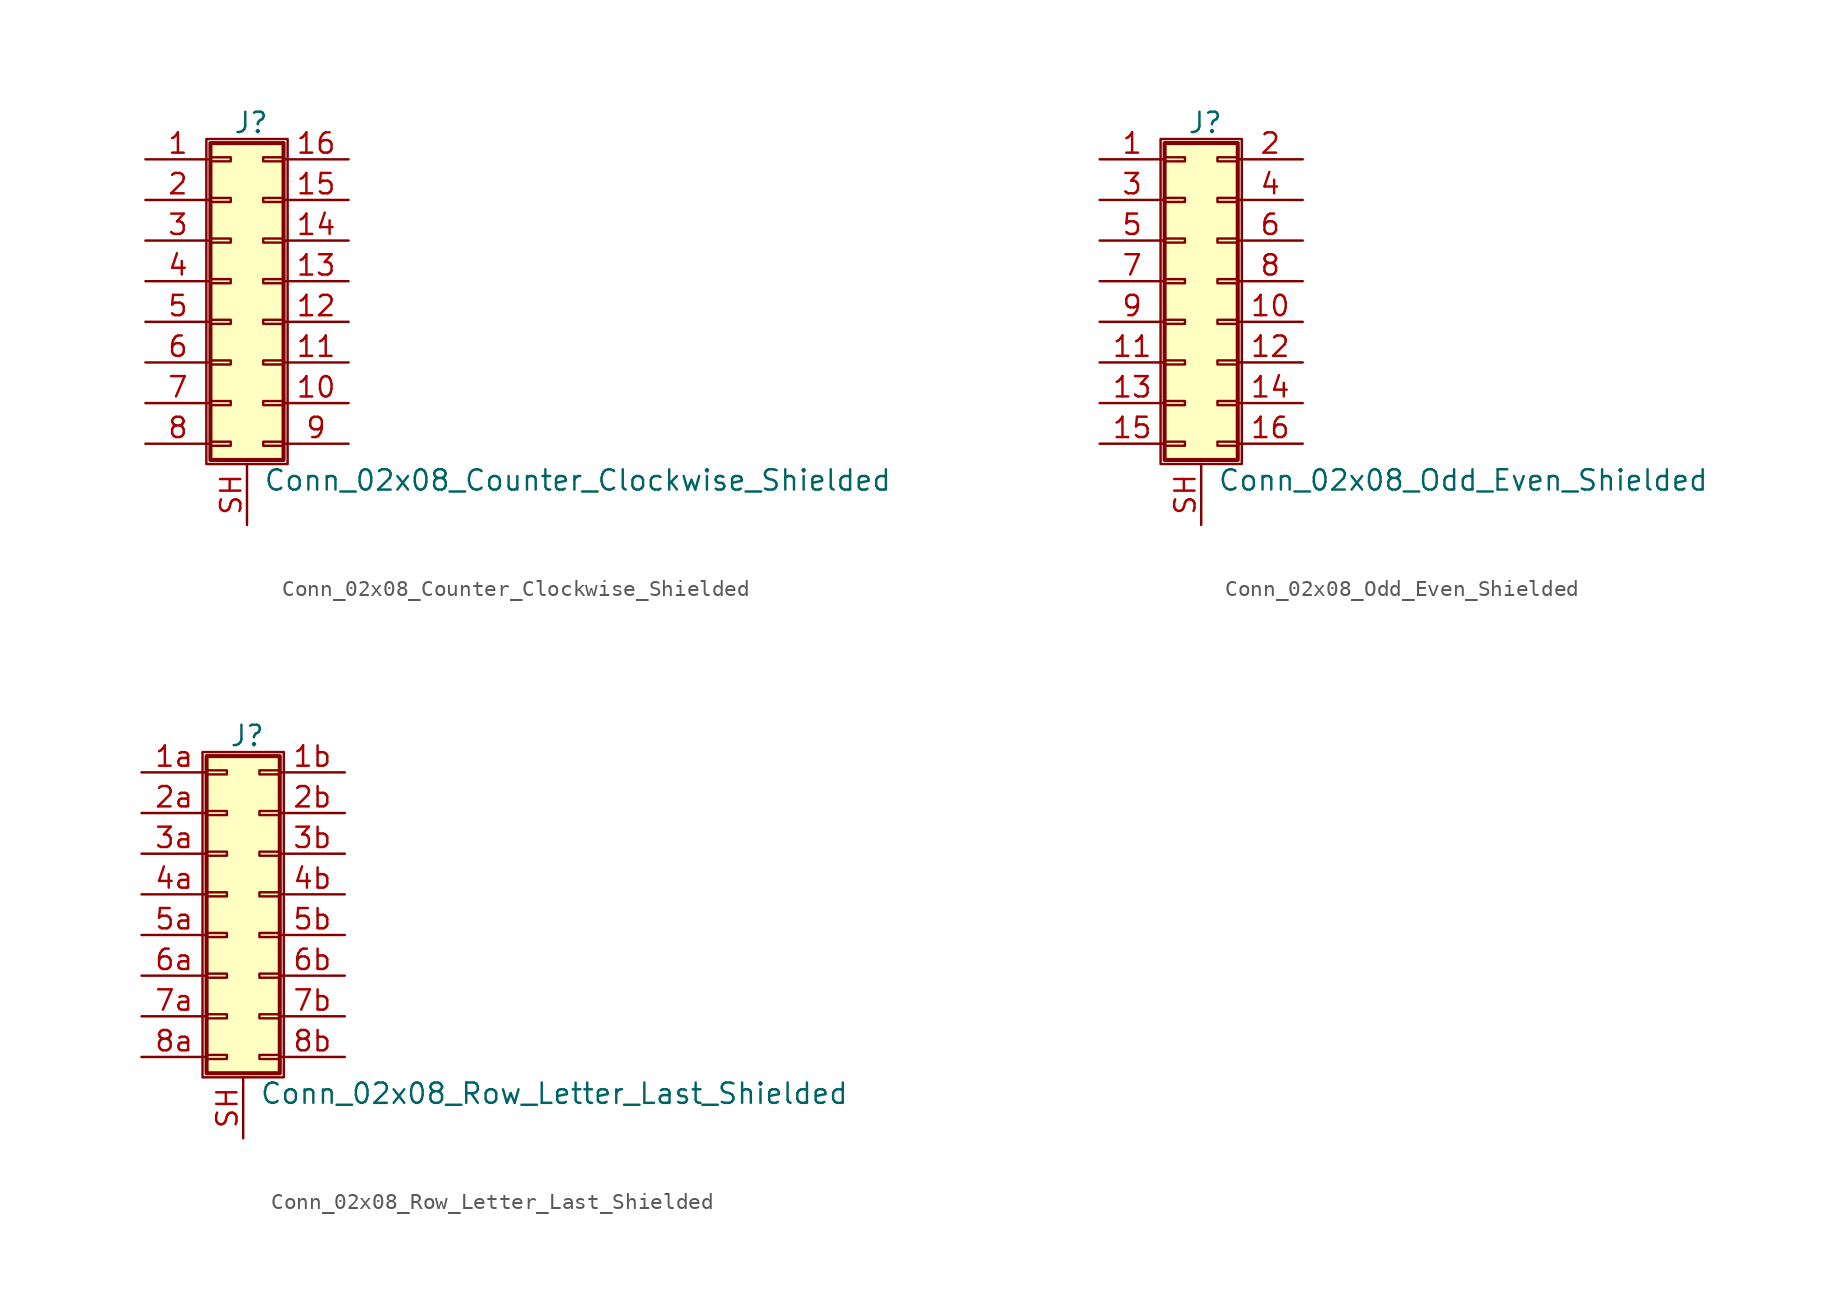
<source format=kicad_sym>
(kicad_symbol_lib
  (version 20201005)
  (generator kicad_symbol_editor)
  (symbol "Conn_02x08_Counter_Clockwise_Shielded"
    (pin_names
      (offset 1.016) hide)
    (property "Reference" "J"
      (at 1.524 9.906 0)
      (effects (font (size 1.27 1.27))))
    (property "Value" "Conn_02x08_Counter_Clockwise_Shielded"
      (at 2.286 -12.446 0)
      (effects (font (size 1.27 1.27)) (justify left)))
    (symbol "Conn_02x08_Counter_Clockwise_Shielded_1_1"
      (rectangle (start -1.27 8.89) (end 3.81 -11.43) (stroke (width 0.152)) (fill (type none)))
      (rectangle (start -1.016 -10.033) (end 0.254 -10.287) (stroke (width 0.152)) (fill (type none)))
      (rectangle (start -1.016 -7.493) (end 0.254 -7.747) (stroke (width 0.152)) (fill (type none)))
      (rectangle (start -1.016 -4.953) (end 0.254 -5.207) (stroke (width 0.152)) (fill (type none)))
      (rectangle (start -1.016 -2.413) (end 0.254 -2.667) (stroke (width 0.152)) (fill (type none)))
      (rectangle (start -1.016 0.127) (end 0.254 -0.127) (stroke (width 0.152)) (fill (type none)))
      (rectangle (start -1.016 2.667) (end 0.254 2.413) (stroke (width 0.152)) (fill (type none)))
      (rectangle (start -1.016 5.207) (end 0.254 4.953) (stroke (width 0.152)) (fill (type none)))
      (rectangle (start -1.016 7.747) (end 0.254 7.493) (stroke (width 0.152)) (fill (type none)))
      (rectangle (start -1.016 8.636) (end 3.556 -11.176) (stroke (width 0.254)) (fill (type background)))
      (rectangle (start 3.556 -10.033) (end 2.286 -10.287) (stroke (width 0.152)) (fill (type none)))
      (rectangle (start 3.556 -7.493) (end 2.286 -7.747) (stroke (width 0.152)) (fill (type none)))
      (rectangle (start 3.556 -4.953) (end 2.286 -5.207) (stroke (width 0.152)) (fill (type none)))
      (rectangle (start 3.556 -2.413) (end 2.286 -2.667) (stroke (width 0.152)) (fill (type none)))
      (rectangle (start 3.556 0.127) (end 2.286 -0.127) (stroke (width 0.152)) (fill (type none)))
      (rectangle (start 3.556 2.667) (end 2.286 2.413) (stroke (width 0.152)) (fill (type none)))
      (rectangle (start 3.556 5.207) (end 2.286 4.953) (stroke (width 0.152)) (fill (type none)))
      (rectangle (start 3.556 7.747) (end 2.286 7.493) (stroke (width 0.152)) (fill (type none)))
      (pin passive line (at -5.08 7.62 0) (length 4.064) (name "Pin_1" (effects (font (size 1.27 1.27)))) (number "1" (effects (font (size 1.27 1.27)))))
      (pin passive line (at 7.62 -7.62 180) (length 4.064) (name "Pin_10" (effects (font (size 1.27 1.27)))) (number "10" (effects (font (size 1.27 1.27)))))
      (pin passive line (at 7.62 -5.08 180) (length 4.064) (name "Pin_11" (effects (font (size 1.27 1.27)))) (number "11" (effects (font (size 1.27 1.27)))))
      (pin passive line (at 7.62 -2.54 180) (length 4.064) (name "Pin_12" (effects (font (size 1.27 1.27)))) (number "12" (effects (font (size 1.27 1.27)))))
      (pin passive line (at 7.62 0 180) (length 4.064) (name "Pin_13" (effects (font (size 1.27 1.27)))) (number "13" (effects (font (size 1.27 1.27)))))
      (pin passive line (at 7.62 2.54 180) (length 4.064) (name "Pin_14" (effects (font (size 1.27 1.27)))) (number "14" (effects (font (size 1.27 1.27)))))
      (pin passive line (at 7.62 5.08 180) (length 4.064) (name "Pin_15" (effects (font (size 1.27 1.27)))) (number "15" (effects (font (size 1.27 1.27)))))
      (pin passive line (at 7.62 7.62 180) (length 4.064) (name "Pin_16" (effects (font (size 1.27 1.27)))) (number "16" (effects (font (size 1.27 1.27)))))
      (pin passive line (at -5.08 5.08 0) (length 4.064) (name "Pin_2" (effects (font (size 1.27 1.27)))) (number "2" (effects (font (size 1.27 1.27)))))
      (pin passive line (at -5.08 2.54 0) (length 4.064) (name "Pin_3" (effects (font (size 1.27 1.27)))) (number "3" (effects (font (size 1.27 1.27)))))
      (pin passive line (at -5.08 0 0) (length 4.064) (name "Pin_4" (effects (font (size 1.27 1.27)))) (number "4" (effects (font (size 1.27 1.27)))))
      (pin passive line (at -5.08 -2.54 0) (length 4.064) (name "Pin_5" (effects (font (size 1.27 1.27)))) (number "5" (effects (font (size 1.27 1.27)))))
      (pin passive line (at -5.08 -5.08 0) (length 4.064) (name "Pin_6" (effects (font (size 1.27 1.27)))) (number "6" (effects (font (size 1.27 1.27)))))
      (pin passive line (at -5.08 -7.62 0) (length 4.064) (name "Pin_7" (effects (font (size 1.27 1.27)))) (number "7" (effects (font (size 1.27 1.27)))))
      (pin passive line (at -5.08 -10.16 0) (length 4.064) (name "Pin_8" (effects (font (size 1.27 1.27)))) (number "8" (effects (font (size 1.27 1.27)))))
      (pin passive line (at 7.62 -10.16 180) (length 4.064) (name "Pin_9" (effects (font (size 1.27 1.27)))) (number "9" (effects (font (size 1.27 1.27)))))
      (pin passive line (at 1.27 -15.24 90) (length 3.81) (name "Shield" (effects (font (size 1.27 1.27)))) (number "SH" (effects (font (size 1.27 1.27)))))))
  (symbol "Conn_02x08_Odd_Even_Shielded"
    (pin_names
      (offset 1.016) hide)
    (property "Reference" "J"
      (at 1.524 9.906 0)
      (effects (font (size 1.27 1.27))))
    (property "Value" "Conn_02x08_Odd_Even_Shielded"
      (at 2.286 -12.446 0)
      (effects (font (size 1.27 1.27)) (justify left)))
    (symbol "Conn_02x08_Odd_Even_Shielded_1_1"
      (rectangle (start -1.27 8.89) (end 3.81 -11.43) (stroke (width 0.152)) (fill (type none)))
      (rectangle (start -1.016 -10.033) (end 0.254 -10.287) (stroke (width 0.152)) (fill (type none)))
      (rectangle (start -1.016 -7.493) (end 0.254 -7.747) (stroke (width 0.152)) (fill (type none)))
      (rectangle (start -1.016 -4.953) (end 0.254 -5.207) (stroke (width 0.152)) (fill (type none)))
      (rectangle (start -1.016 -2.413) (end 0.254 -2.667) (stroke (width 0.152)) (fill (type none)))
      (rectangle (start -1.016 0.127) (end 0.254 -0.127) (stroke (width 0.152)) (fill (type none)))
      (rectangle (start -1.016 2.667) (end 0.254 2.413) (stroke (width 0.152)) (fill (type none)))
      (rectangle (start -1.016 5.207) (end 0.254 4.953) (stroke (width 0.152)) (fill (type none)))
      (rectangle (start -1.016 7.747) (end 0.254 7.493) (stroke (width 0.152)) (fill (type none)))
      (rectangle (start -1.016 8.636) (end 3.556 -11.176) (stroke (width 0.254)) (fill (type background)))
      (rectangle (start 3.556 -10.033) (end 2.286 -10.287) (stroke (width 0.152)) (fill (type none)))
      (rectangle (start 3.556 -7.493) (end 2.286 -7.747) (stroke (width 0.152)) (fill (type none)))
      (rectangle (start 3.556 -4.953) (end 2.286 -5.207) (stroke (width 0.152)) (fill (type none)))
      (rectangle (start 3.556 -2.413) (end 2.286 -2.667) (stroke (width 0.152)) (fill (type none)))
      (rectangle (start 3.556 0.127) (end 2.286 -0.127) (stroke (width 0.152)) (fill (type none)))
      (rectangle (start 3.556 2.667) (end 2.286 2.413) (stroke (width 0.152)) (fill (type none)))
      (rectangle (start 3.556 5.207) (end 2.286 4.953) (stroke (width 0.152)) (fill (type none)))
      (rectangle (start 3.556 7.747) (end 2.286 7.493) (stroke (width 0.152)) (fill (type none)))
      (pin passive line (at -5.08 7.62 0) (length 4.064) (name "Pin_1" (effects (font (size 1.27 1.27)))) (number "1" (effects (font (size 1.27 1.27)))))
      (pin passive line (at 7.62 -2.54 180) (length 4.064) (name "Pin_10" (effects (font (size 1.27 1.27)))) (number "10" (effects (font (size 1.27 1.27)))))
      (pin passive line (at -5.08 -5.08 0) (length 4.064) (name "Pin_11" (effects (font (size 1.27 1.27)))) (number "11" (effects (font (size 1.27 1.27)))))
      (pin passive line (at 7.62 -5.08 180) (length 4.064) (name "Pin_12" (effects (font (size 1.27 1.27)))) (number "12" (effects (font (size 1.27 1.27)))))
      (pin passive line (at -5.08 -7.62 0) (length 4.064) (name "Pin_13" (effects (font (size 1.27 1.27)))) (number "13" (effects (font (size 1.27 1.27)))))
      (pin passive line (at 7.62 -7.62 180) (length 4.064) (name "Pin_14" (effects (font (size 1.27 1.27)))) (number "14" (effects (font (size 1.27 1.27)))))
      (pin passive line (at -5.08 -10.16 0) (length 4.064) (name "Pin_15" (effects (font (size 1.27 1.27)))) (number "15" (effects (font (size 1.27 1.27)))))
      (pin passive line (at 7.62 -10.16 180) (length 4.064) (name "Pin_16" (effects (font (size 1.27 1.27)))) (number "16" (effects (font (size 1.27 1.27)))))
      (pin passive line (at 7.62 7.62 180) (length 4.064) (name "Pin_2" (effects (font (size 1.27 1.27)))) (number "2" (effects (font (size 1.27 1.27)))))
      (pin passive line (at -5.08 5.08 0) (length 4.064) (name "Pin_3" (effects (font (size 1.27 1.27)))) (number "3" (effects (font (size 1.27 1.27)))))
      (pin passive line (at 7.62 5.08 180) (length 4.064) (name "Pin_4" (effects (font (size 1.27 1.27)))) (number "4" (effects (font (size 1.27 1.27)))))
      (pin passive line (at -5.08 2.54 0) (length 4.064) (name "Pin_5" (effects (font (size 1.27 1.27)))) (number "5" (effects (font (size 1.27 1.27)))))
      (pin passive line (at 7.62 2.54 180) (length 4.064) (name "Pin_6" (effects (font (size 1.27 1.27)))) (number "6" (effects (font (size 1.27 1.27)))))
      (pin passive line (at -5.08 0 0) (length 4.064) (name "Pin_7" (effects (font (size 1.27 1.27)))) (number "7" (effects (font (size 1.27 1.27)))))
      (pin passive line (at 7.62 0 180) (length 4.064) (name "Pin_8" (effects (font (size 1.27 1.27)))) (number "8" (effects (font (size 1.27 1.27)))))
      (pin passive line (at -5.08 -2.54 0) (length 4.064) (name "Pin_9" (effects (font (size 1.27 1.27)))) (number "9" (effects (font (size 1.27 1.27)))))
      (pin passive line (at 1.27 -15.24 90) (length 3.81) (name "Shield" (effects (font (size 1.27 1.27)))) (number "SH" (effects (font (size 1.27 1.27)))))))
  (symbol "Conn_02x08_Row_Letter_Last_Shielded"
    (pin_names
      (offset 1.016) hide)
    (property "Reference" "J"
      (at 1.524 9.906 0)
      (effects (font (size 1.27 1.27))))
    (property "Value" "Conn_02x08_Row_Letter_Last_Shielded"
      (at 2.286 -12.446 0)
      (effects (font (size 1.27 1.27)) (justify left)))
    (symbol "Conn_02x08_Row_Letter_Last_Shielded_1_1"
      (rectangle (start -1.27 8.89) (end 3.81 -11.43) (stroke (width 0.152)) (fill (type none)))
      (rectangle (start -1.016 -10.033) (end 0.254 -10.287) (stroke (width 0.152)) (fill (type none)))
      (rectangle (start -1.016 -7.493) (end 0.254 -7.747) (stroke (width 0.152)) (fill (type none)))
      (rectangle (start -1.016 -4.953) (end 0.254 -5.207) (stroke (width 0.152)) (fill (type none)))
      (rectangle (start -1.016 -2.413) (end 0.254 -2.667) (stroke (width 0.152)) (fill (type none)))
      (rectangle (start -1.016 0.127) (end 0.254 -0.127) (stroke (width 0.152)) (fill (type none)))
      (rectangle (start -1.016 2.667) (end 0.254 2.413) (stroke (width 0.152)) (fill (type none)))
      (rectangle (start -1.016 5.207) (end 0.254 4.953) (stroke (width 0.152)) (fill (type none)))
      (rectangle (start -1.016 7.747) (end 0.254 7.493) (stroke (width 0.152)) (fill (type none)))
      (rectangle (start -1.016 8.636) (end 3.556 -11.176) (stroke (width 0.254)) (fill (type background)))
      (rectangle (start 3.556 -10.033) (end 2.286 -10.287) (stroke (width 0.152)) (fill (type none)))
      (rectangle (start 3.556 -7.493) (end 2.286 -7.747) (stroke (width 0.152)) (fill (type none)))
      (rectangle (start 3.556 -4.953) (end 2.286 -5.207) (stroke (width 0.152)) (fill (type none)))
      (rectangle (start 3.556 -2.413) (end 2.286 -2.667) (stroke (width 0.152)) (fill (type none)))
      (rectangle (start 3.556 0.127) (end 2.286 -0.127) (stroke (width 0.152)) (fill (type none)))
      (rectangle (start 3.556 2.667) (end 2.286 2.413) (stroke (width 0.152)) (fill (type none)))
      (rectangle (start 3.556 5.207) (end 2.286 4.953) (stroke (width 0.152)) (fill (type none)))
      (rectangle (start 3.556 7.747) (end 2.286 7.493) (stroke (width 0.152)) (fill (type none)))
      (pin passive line (at -5.08 7.62 0) (length 4.064) (name "Pin_1a" (effects (font (size 1.27 1.27)))) (number "1a" (effects (font (size 1.27 1.27)))))
      (pin passive line (at 7.62 7.62 180) (length 4.064) (name "Pin_1b" (effects (font (size 1.27 1.27)))) (number "1b" (effects (font (size 1.27 1.27)))))
      (pin passive line (at -5.08 5.08 0) (length 4.064) (name "Pin_2a" (effects (font (size 1.27 1.27)))) (number "2a" (effects (font (size 1.27 1.27)))))
      (pin passive line (at 7.62 5.08 180) (length 4.064) (name "Pin_2b" (effects (font (size 1.27 1.27)))) (number "2b" (effects (font (size 1.27 1.27)))))
      (pin passive line (at -5.08 2.54 0) (length 4.064) (name "Pin_3a" (effects (font (size 1.27 1.27)))) (number "3a" (effects (font (size 1.27 1.27)))))
      (pin passive line (at 7.62 2.54 180) (length 4.064) (name "Pin_3b" (effects (font (size 1.27 1.27)))) (number "3b" (effects (font (size 1.27 1.27)))))
      (pin passive line (at -5.08 0 0) (length 4.064) (name "Pin_4a" (effects (font (size 1.27 1.27)))) (number "4a" (effects (font (size 1.27 1.27)))))
      (pin passive line (at 7.62 0 180) (length 4.064) (name "Pin_4b" (effects (font (size 1.27 1.27)))) (number "4b" (effects (font (size 1.27 1.27)))))
      (pin passive line (at -5.08 -2.54 0) (length 4.064) (name "Pin_5a" (effects (font (size 1.27 1.27)))) (number "5a" (effects (font (size 1.27 1.27)))))
      (pin passive line (at 7.62 -2.54 180) (length 4.064) (name "Pin_5b" (effects (font (size 1.27 1.27)))) (number "5b" (effects (font (size 1.27 1.27)))))
      (pin passive line (at -5.08 -5.08 0) (length 4.064) (name "Pin_6a" (effects (font (size 1.27 1.27)))) (number "6a" (effects (font (size 1.27 1.27)))))
      (pin passive line (at 7.62 -5.08 180) (length 4.064) (name "Pin_6b" (effects (font (size 1.27 1.27)))) (number "6b" (effects (font (size 1.27 1.27)))))
      (pin passive line (at -5.08 -7.62 0) (length 4.064) (name "Pin_7a" (effects (font (size 1.27 1.27)))) (number "7a" (effects (font (size 1.27 1.27)))))
      (pin passive line (at 7.62 -7.62 180) (length 4.064) (name "Pin_7b" (effects (font (size 1.27 1.27)))) (number "7b" (effects (font (size 1.27 1.27)))))
      (pin passive line (at -5.08 -10.16 0) (length 4.064) (name "Pin_8a" (effects (font (size 1.27 1.27)))) (number "8a" (effects (font (size 1.27 1.27)))))
      (pin passive line (at 7.62 -10.16 180) (length 4.064) (name "Pin_8b" (effects (font (size 1.27 1.27)))) (number "8b" (effects (font (size 1.27 1.27)))))
      (pin passive line (at 1.27 -15.24 90) (length 3.81) (name "Shield" (effects (font (size 1.27 1.27)))) (number "SH" (effects (font (size 1.27 1.27))))))))
</source>
